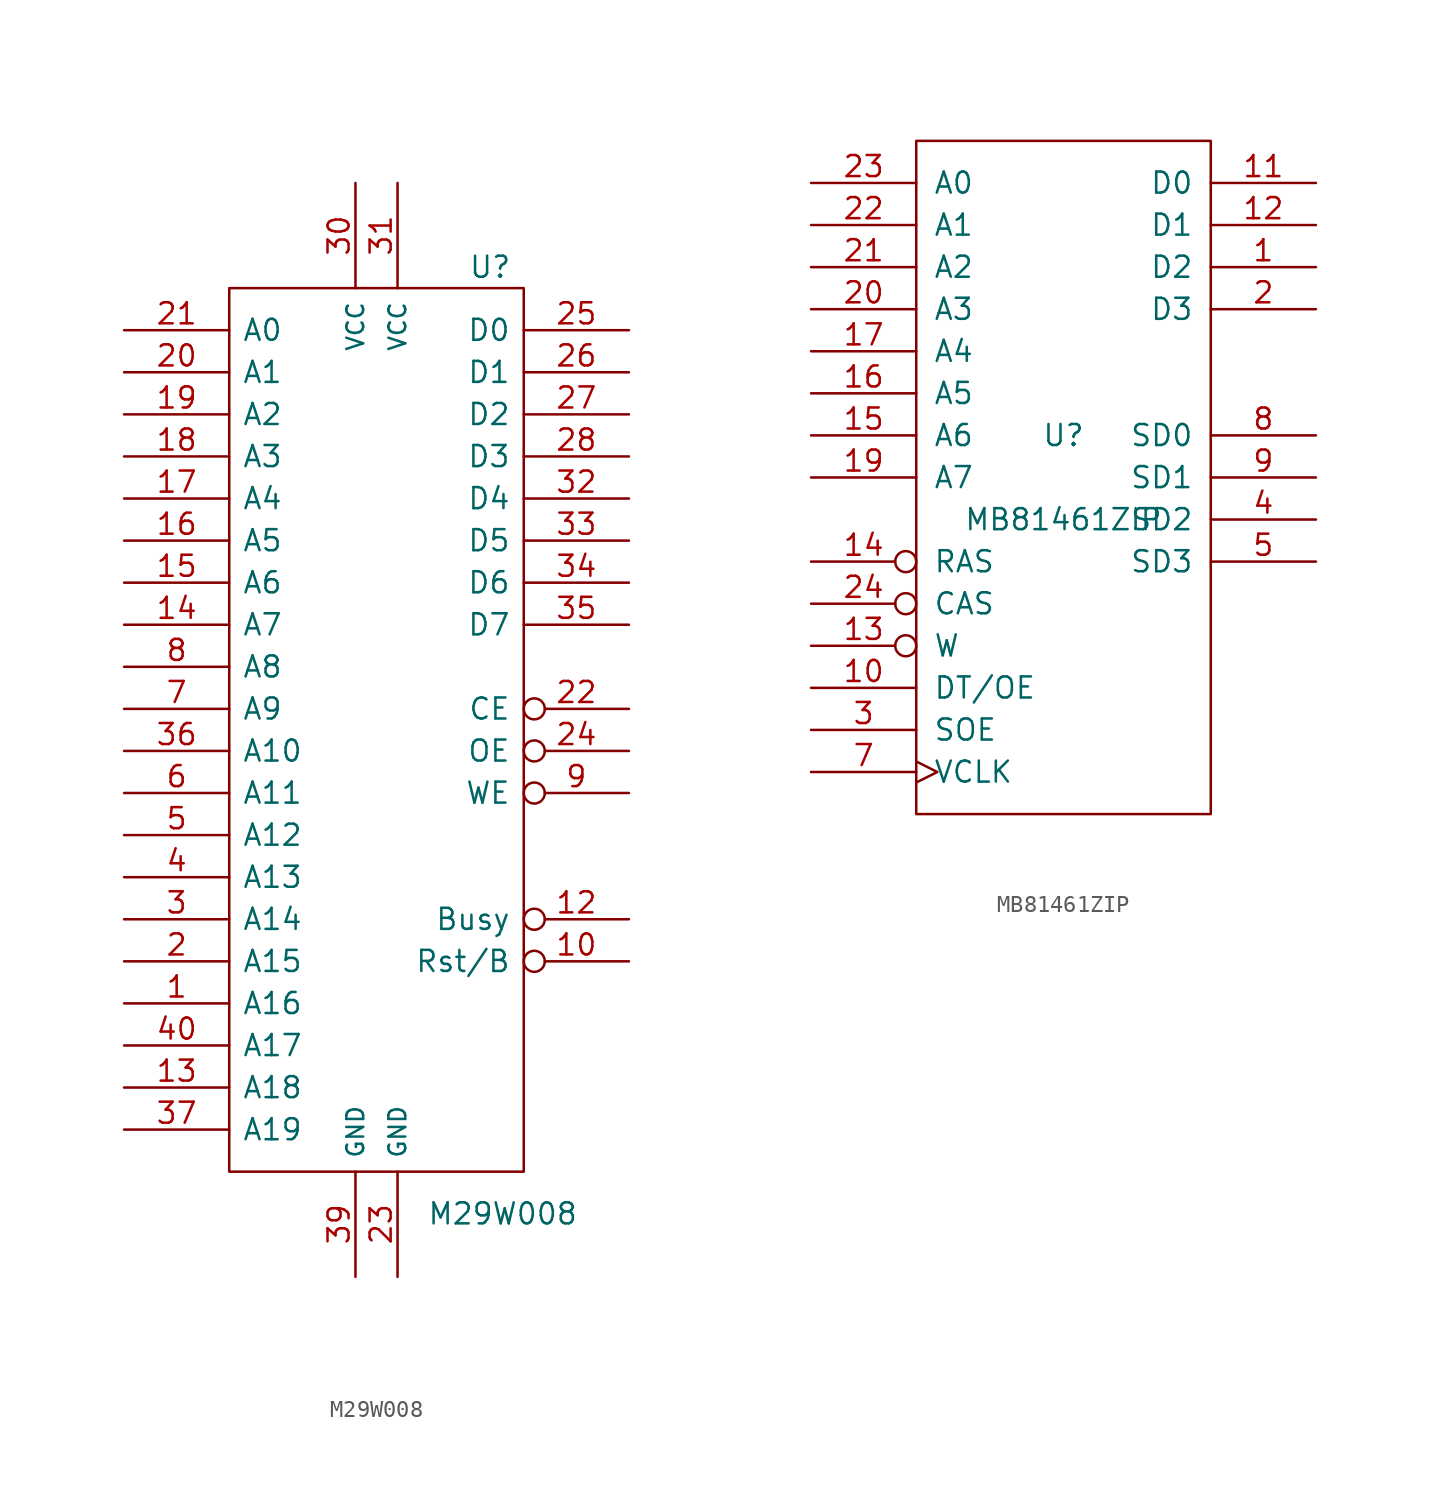
<source format=kicad_sym>
(kicad_symbol_lib
  (version 20231120)
  (generator "kicad_symbol_editor")
  (generator_version "8.0")
  (symbol "M29W008"
    (pin_names
      (offset 0.762))
    (property "Reference" "U"
      (at 6.858 27.94 0)
      (effects (font (size 1.27 1.27))))
    (property "Value" "M29W008"
      (at 7.62 -29.21 0)
      (effects (font (size 1.27 1.27))))
    (property "Footprint" ""
      (at 0 0 0)
      (effects (font (size 1.27 1.27))))
    (property "Datasheet" ""
      (at 0 0 0)
      (effects (font (size 1.27 1.27))))
    (symbol "M29W008_0_1"
      (rectangle (start -8.89 26.67) (end 8.89 -26.67) (stroke (width 0) (type solid)) (fill (type none))))
    (symbol "M29W008_1_1"
      (pin input line (at -15.24 -16.51 0) (length 6.35) (name "A16" (effects (font (size 1.27 1.27)))) (number "1" (effects (font (size 1.27 1.27)))))
      (pin input inverted (at 15.24 -13.97 180) (length 6.35) (name "Rst/B" (effects (font (size 1.27 1.27)))) (number "10" (effects (font (size 1.27 1.27)))))
      (pin output inverted (at 15.24 -11.43 180) (length 6.35) (name "Busy" (effects (font (size 1.27 1.27)))) (number "12" (effects (font (size 1.27 1.27)))))
      (pin input line (at -15.24 -21.59 0) (length 6.35) (name "A18" (effects (font (size 1.27 1.27)))) (number "13" (effects (font (size 1.27 1.27)))))
      (pin input line (at -15.24 6.35 0) (length 6.35) (name "A7" (effects (font (size 1.27 1.27)))) (number "14" (effects (font (size 1.27 1.27)))))
      (pin input line (at -15.24 8.89 0) (length 6.35) (name "A6" (effects (font (size 1.27 1.27)))) (number "15" (effects (font (size 1.27 1.27)))))
      (pin input line (at -15.24 11.43 0) (length 6.35) (name "A5" (effects (font (size 1.27 1.27)))) (number "16" (effects (font (size 1.27 1.27)))))
      (pin input line (at -15.24 13.97 0) (length 6.35) (name "A4" (effects (font (size 1.27 1.27)))) (number "17" (effects (font (size 1.27 1.27)))))
      (pin input line (at -15.24 16.51 0) (length 6.35) (name "A3" (effects (font (size 1.27 1.27)))) (number "18" (effects (font (size 1.27 1.27)))))
      (pin input line (at -15.24 19.05 0) (length 6.35) (name "A2" (effects (font (size 1.27 1.27)))) (number "19" (effects (font (size 1.27 1.27)))))
      (pin input line (at -15.24 -13.97 0) (length 6.35) (name "A15" (effects (font (size 1.27 1.27)))) (number "2" (effects (font (size 1.27 1.27)))))
      (pin input line (at -15.24 21.59 0) (length 6.35) (name "A1" (effects (font (size 1.27 1.27)))) (number "20" (effects (font (size 1.27 1.27)))))
      (pin input line (at -15.24 24.13 0) (length 6.35) (name "A0" (effects (font (size 1.27 1.27)))) (number "21" (effects (font (size 1.27 1.27)))))
      (pin input inverted (at 15.24 1.27 180) (length 6.35) (name "CE" (effects (font (size 1.27 1.27)))) (number "22" (effects (font (size 1.27 1.27)))))
      (pin power_in line (at 1.27 -33.02 90) (length 6.35) (name "GND" (effects (font (size 1.016 1.016)))) (number "23" (effects (font (size 1.27 1.27)))))
      (pin input inverted (at 15.24 -1.27 180) (length 6.35) (name "OE" (effects (font (size 1.27 1.27)))) (number "24" (effects (font (size 1.27 1.27)))))
      (pin tri_state line (at 15.24 24.13 180) (length 6.35) (name "D0" (effects (font (size 1.27 1.27)))) (number "25" (effects (font (size 1.27 1.27)))))
      (pin tri_state line (at 15.24 21.59 180) (length 6.35) (name "D1" (effects (font (size 1.27 1.27)))) (number "26" (effects (font (size 1.27 1.27)))))
      (pin tri_state line (at 15.24 19.05 180) (length 6.35) (name "D2" (effects (font (size 1.27 1.27)))) (number "27" (effects (font (size 1.27 1.27)))))
      (pin tri_state line (at 15.24 16.51 180) (length 6.35) (name "D3" (effects (font (size 1.27 1.27)))) (number "28" (effects (font (size 1.27 1.27)))))
      (pin input line (at -15.24 -11.43 0) (length 6.35) (name "A14" (effects (font (size 1.27 1.27)))) (number "3" (effects (font (size 1.27 1.27)))))
      (pin power_in line (at -1.27 33.02 270) (length 6.35) (name "VCC" (effects (font (size 1.016 1.016)))) (number "30" (effects (font (size 1.27 1.27)))))
      (pin power_in line (at 1.27 33.02 270) (length 6.35) (name "VCC" (effects (font (size 1.016 1.016)))) (number "31" (effects (font (size 1.27 1.27)))))
      (pin tri_state line (at 15.24 13.97 180) (length 6.35) (name "D4" (effects (font (size 1.27 1.27)))) (number "32" (effects (font (size 1.27 1.27)))))
      (pin tri_state line (at 15.24 11.43 180) (length 6.35) (name "D5" (effects (font (size 1.27 1.27)))) (number "33" (effects (font (size 1.27 1.27)))))
      (pin tri_state line (at 15.24 8.89 180) (length 6.35) (name "D6" (effects (font (size 1.27 1.27)))) (number "34" (effects (font (size 1.27 1.27)))))
      (pin tri_state line (at 15.24 6.35 180) (length 6.35) (name "D7" (effects (font (size 1.27 1.27)))) (number "35" (effects (font (size 1.27 1.27)))))
      (pin input line (at -15.24 -1.27 0) (length 6.35) (name "A10" (effects (font (size 1.27 1.27)))) (number "36" (effects (font (size 1.27 1.27)))))
      (pin input line (at -15.24 -24.13 0) (length 6.35) (name "A19" (effects (font (size 1.27 1.27)))) (number "37" (effects (font (size 1.27 1.27)))))
      (pin power_in line (at -1.27 -33.02 90) (length 6.35) (name "GND" (effects (font (size 1.016 1.016)))) (number "39" (effects (font (size 1.27 1.27)))))
      (pin input line (at -15.24 -8.89 0) (length 6.35) (name "A13" (effects (font (size 1.27 1.27)))) (number "4" (effects (font (size 1.27 1.27)))))
      (pin input line (at -15.24 -19.05 0) (length 6.35) (name "A17" (effects (font (size 1.27 1.27)))) (number "40" (effects (font (size 1.27 1.27)))))
      (pin input line (at -15.24 -6.35 0) (length 6.35) (name "A12" (effects (font (size 1.27 1.27)))) (number "5" (effects (font (size 1.27 1.27)))))
      (pin input line (at -15.24 -3.81 0) (length 6.35) (name "A11" (effects (font (size 1.27 1.27)))) (number "6" (effects (font (size 1.27 1.27)))))
      (pin input line (at -15.24 1.27 0) (length 6.35) (name "A9" (effects (font (size 1.27 1.27)))) (number "7" (effects (font (size 1.27 1.27)))))
      (pin input line (at -15.24 3.81 0) (length 6.35) (name "A8" (effects (font (size 1.27 1.27)))) (number "8" (effects (font (size 1.27 1.27)))))
      (pin input inverted (at 15.24 -3.81 180) (length 6.35) (name "WE" (effects (font (size 1.27 1.27)))) (number "9" (effects (font (size 1.27 1.27)))))))
  (symbol "MB81461ZIP"
    (pin_names
      (offset 1.016))
    (property "Reference" "U"
      (at 0 2.54 0)
      (effects (font (size 1.27 1.27))))
    (property "Value" "MB81461ZIP"
      (at 0 -2.54 0)
      (effects (font (size 1.27 1.27))))
    (property "Footprint" ""
      (at 0 0 0)
      (effects (font (size 1.27 1.27))))
    (property "Datasheet" ""
      (at 0 0 0)
      (effects (font (size 1.27 1.27))))
    (symbol "MB81461ZIP_0_1"
      (rectangle (start -8.89 -20.32) (end 8.89 20.32) (stroke (width 0) (type solid)) (fill (type none))))
    (symbol "MB81461ZIP_1_1"
      (pin tri_state line (at 15.24 12.7 180) (length 6.35) (name "D2" (effects (font (size 1.27 1.27)))) (number "1" (effects (font (size 1.27 1.27)))))
      (pin input line (at -15.24 -12.7 0) (length 6.35) (name "DT/OE" (effects (font (size 1.27 1.27)))) (number "10" (effects (font (size 1.27 1.27)))))
      (pin tri_state line (at 15.24 17.78 180) (length 6.35) (name "D0" (effects (font (size 1.27 1.27)))) (number "11" (effects (font (size 1.27 1.27)))))
      (pin tri_state line (at 15.24 15.24 180) (length 6.35) (name "D1" (effects (font (size 1.27 1.27)))) (number "12" (effects (font (size 1.27 1.27)))))
      (pin input inverted (at -15.24 -10.16 0) (length 6.35) (name "W" (effects (font (size 1.27 1.27)))) (number "13" (effects (font (size 1.27 1.27)))))
      (pin input inverted (at -15.24 -5.08 0) (length 6.35) (name "RAS" (effects (font (size 1.27 1.27)))) (number "14" (effects (font (size 1.27 1.27)))))
      (pin input line (at -15.24 2.54 0) (length 6.35) (name "A6" (effects (font (size 1.27 1.27)))) (number "15" (effects (font (size 1.27 1.27)))))
      (pin input line (at -15.24 5.08 0) (length 6.35) (name "A5" (effects (font (size 1.27 1.27)))) (number "16" (effects (font (size 1.27 1.27)))))
      (pin input line (at -15.24 7.62 0) (length 6.35) (name "A4" (effects (font (size 1.27 1.27)))) (number "17" (effects (font (size 1.27 1.27)))))
      (pin power_in line (at 1.27 20.32 90) (length 0) hide (name "VCC" (effects (font (size 1.27 1.27)))) (number "18" (effects (font (size 1.27 1.27)))))
      (pin input line (at -15.24 0 0) (length 6.35) (name "A7" (effects (font (size 1.27 1.27)))) (number "19" (effects (font (size 1.27 1.27)))))
      (pin tri_state line (at 15.24 10.16 180) (length 6.35) (name "D3" (effects (font (size 1.27 1.27)))) (number "2" (effects (font (size 1.27 1.27)))))
      (pin input line (at -15.24 10.16 0) (length 6.35) (name "A3" (effects (font (size 1.27 1.27)))) (number "20" (effects (font (size 1.27 1.27)))))
      (pin input line (at -15.24 12.7 0) (length 6.35) (name "A2" (effects (font (size 1.27 1.27)))) (number "21" (effects (font (size 1.27 1.27)))))
      (pin input line (at -15.24 15.24 0) (length 6.35) (name "A1" (effects (font (size 1.27 1.27)))) (number "22" (effects (font (size 1.27 1.27)))))
      (pin input line (at -15.24 17.78 0) (length 6.35) (name "A0" (effects (font (size 1.27 1.27)))) (number "23" (effects (font (size 1.27 1.27)))))
      (pin input inverted (at -15.24 -7.62 0) (length 6.35) (name "CAS" (effects (font (size 1.27 1.27)))) (number "24" (effects (font (size 1.27 1.27)))))
      (pin input line (at -15.24 -15.24 0) (length 6.35) (name "SOE" (effects (font (size 1.27 1.27)))) (number "3" (effects (font (size 1.27 1.27)))))
      (pin tri_state line (at 15.24 -2.54 180) (length 6.35) (name "SD2" (effects (font (size 1.27 1.27)))) (number "4" (effects (font (size 1.27 1.27)))))
      (pin tri_state line (at 15.24 -5.08 180) (length 6.35) (name "SD3" (effects (font (size 1.27 1.27)))) (number "5" (effects (font (size 1.27 1.27)))))
      (pin power_in line (at 1.27 -20.32 90) (length 0) hide (name "VSS" (effects (font (size 1.27 1.27)))) (number "6" (effects (font (size 1.27 1.27)))))
      (pin input clock (at -15.24 -17.78 0) (length 6.35) (name "VCLK" (effects (font (size 1.27 1.27)))) (number "7" (effects (font (size 1.27 1.27)))))
      (pin tri_state line (at 15.24 2.54 180) (length 6.35) (name "SD0" (effects (font (size 1.27 1.27)))) (number "8" (effects (font (size 1.27 1.27)))))
      (pin tri_state line (at 15.24 0 180) (length 6.35) (name "SD1" (effects (font (size 1.27 1.27)))) (number "9" (effects (font (size 1.27 1.27))))))))
</source>
